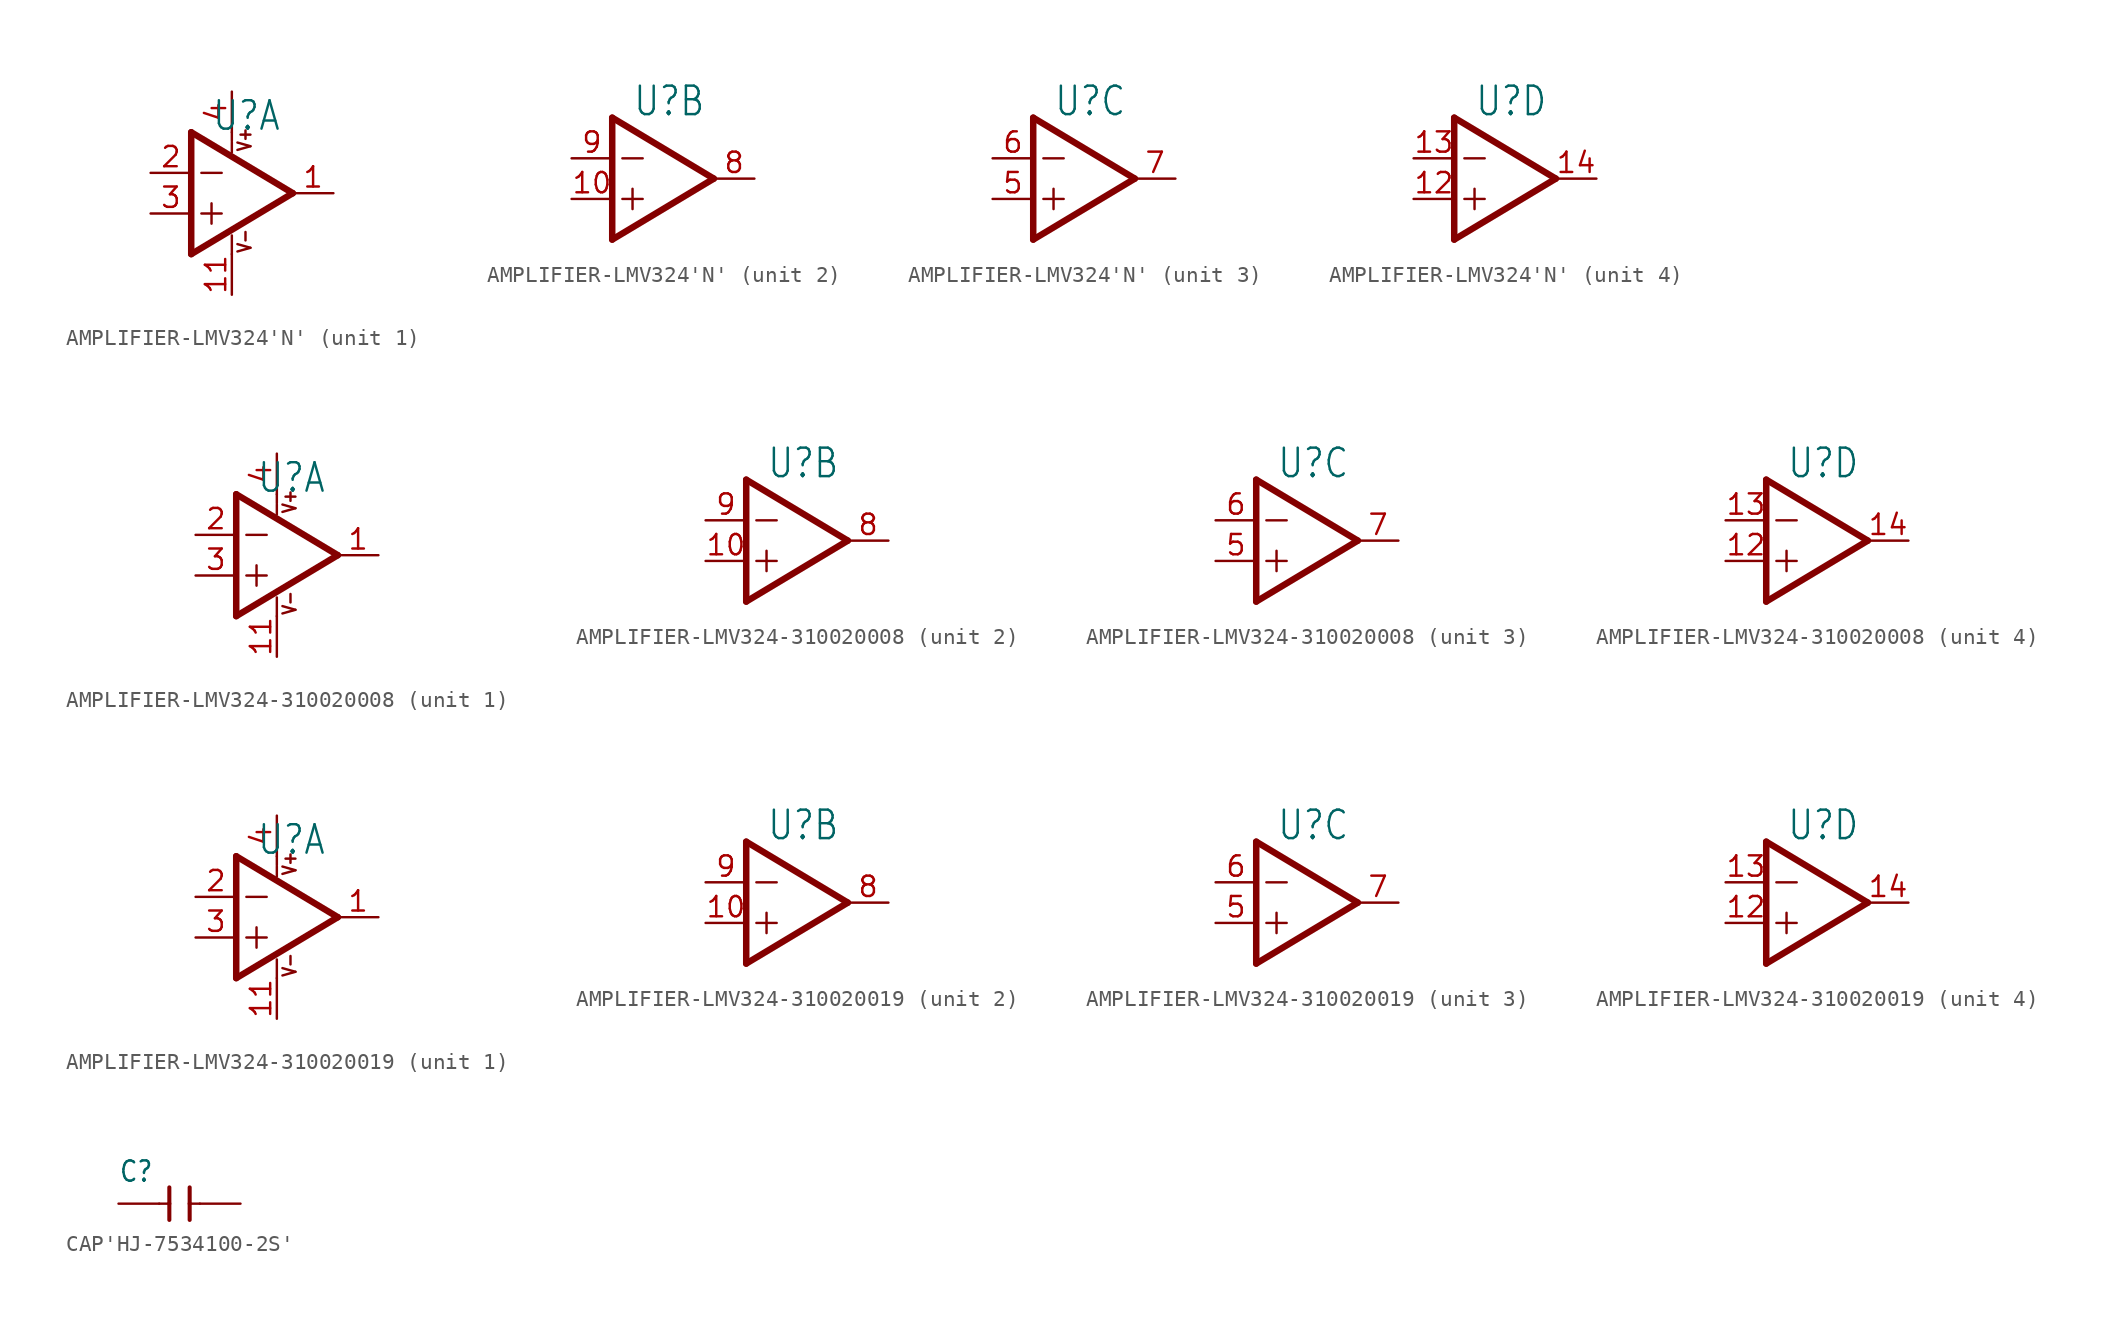
<source format=kicad_sym>
(kicad_symbol_lib
  (version 20220914)
  (generator kicad_symbol_editor)
  (symbol "AMPLIFIER-LMV324'N'"
    (property "Reference" "U"
      (at -1.27 3.81 0)
      (effects (font (size 1.778 1.511)) (justify left bottom)))
    (property "Value" ""
      (at -1.27 -3.81 0)
      (effects (font (size 1.778 1.511)) (justify left bottom)))
    (property "ki_locked" ""
      (at 0 0 0)
      (effects (font (size 1.27 1.27))))
    (symbol "AMPLIFIER-LMV324'N'_1_0"
      (polyline (pts (xy -2.54 -3.81) (xy 3.81 0)) (stroke (width 0.406) (type solid)) (fill (type none)))
      (polyline (pts (xy -2.54 3.81) (xy -2.54 -3.81)) (stroke (width 0.406) (type solid)) (fill (type none)))
      (polyline (pts (xy -1.905 -1.27) (xy -0.635 -1.27)) (stroke (width 0.152) (type solid)) (fill (type none)))
      (polyline (pts (xy -1.905 1.27) (xy -0.635 1.27)) (stroke (width 0.152) (type solid)) (fill (type none)))
      (polyline (pts (xy -1.27 -0.635) (xy -1.27 -1.905)) (stroke (width 0.152) (type solid)) (fill (type none)))
      (polyline (pts (xy 0 -2.642) (xy 0 -3.81)) (stroke (width 0.152) (type solid)) (fill (type none)))
      (polyline (pts (xy 0 3.175) (xy 0 2.54)) (stroke (width 0.152) (type solid)) (fill (type none)))
      (polyline (pts (xy 0 3.81) (xy 0 3.251)) (stroke (width 0.152) (type solid)) (fill (type none)))
      (polyline (pts (xy 3.81 0) (xy -2.54 3.81)) (stroke (width 0.406) (type solid)) (fill (type none)))
      (text "V+" (at 1.27 2.54 900) (effects (font (size 0.813 0.691)) (justify left bottom)))
      (text "V-" (at 1.27 -3.81 900) (effects (font (size 0.813 0.691)) (justify left bottom)))
      (pin output line (at 6.35 0 180) (length 2.54) (name "OUT" (effects (font (size 0 0)))) (number "1" (effects (font (size 1.27 1.27)))))
      (pin power_in line (at 0 -6.35 90) (length 2.54) (name "V-" (effects (font (size 0 0)))) (number "11" (effects (font (size 1.27 1.27)))))
      (pin input line (at -5.08 1.27 0) (length 2.54) (name "IN-" (effects (font (size 0 0)))) (number "2" (effects (font (size 1.27 1.27)))))
      (pin input line (at -5.08 -1.27 0) (length 2.54) (name "IN+" (effects (font (size 0 0)))) (number "3" (effects (font (size 1.27 1.27)))))
      (pin power_in line (at 0 6.35 270) (length 2.54) (name "V+" (effects (font (size 0 0)))) (number "4" (effects (font (size 1.27 1.27))))))
    (symbol "AMPLIFIER-LMV324'N'_2_0"
      (polyline (pts (xy -2.54 -3.81) (xy 3.81 0)) (stroke (width 0.406) (type solid)) (fill (type none)))
      (polyline (pts (xy -2.54 3.81) (xy -2.54 -3.81)) (stroke (width 0.406) (type solid)) (fill (type none)))
      (polyline (pts (xy -1.905 -1.27) (xy -0.635 -1.27)) (stroke (width 0.152) (type solid)) (fill (type none)))
      (polyline (pts (xy -1.905 1.27) (xy -0.635 1.27)) (stroke (width 0.152) (type solid)) (fill (type none)))
      (polyline (pts (xy -1.27 -0.635) (xy -1.27 -1.905)) (stroke (width 0.152) (type solid)) (fill (type none)))
      (polyline (pts (xy 3.81 0) (xy -2.54 3.81)) (stroke (width 0.406) (type solid)) (fill (type none)))
      (pin input line (at -5.08 -1.27 0) (length 2.54) (name "IN+" (effects (font (size 0 0)))) (number "10" (effects (font (size 1.27 1.27)))))
      (pin output line (at 6.35 0 180) (length 2.54) (name "OUT" (effects (font (size 0 0)))) (number "8" (effects (font (size 1.27 1.27)))))
      (pin input line (at -5.08 1.27 0) (length 2.54) (name "IN-" (effects (font (size 0 0)))) (number "9" (effects (font (size 1.27 1.27))))))
    (symbol "AMPLIFIER-LMV324'N'_3_0"
      (polyline (pts (xy -2.54 -3.81) (xy 3.81 0)) (stroke (width 0.406) (type solid)) (fill (type none)))
      (polyline (pts (xy -2.54 3.81) (xy -2.54 -3.81)) (stroke (width 0.406) (type solid)) (fill (type none)))
      (polyline (pts (xy -1.905 -1.27) (xy -0.635 -1.27)) (stroke (width 0.152) (type solid)) (fill (type none)))
      (polyline (pts (xy -1.905 1.27) (xy -0.635 1.27)) (stroke (width 0.152) (type solid)) (fill (type none)))
      (polyline (pts (xy -1.27 -0.635) (xy -1.27 -1.905)) (stroke (width 0.152) (type solid)) (fill (type none)))
      (polyline (pts (xy 3.81 0) (xy -2.54 3.81)) (stroke (width 0.406) (type solid)) (fill (type none)))
      (pin input line (at -5.08 -1.27 0) (length 2.54) (name "IN+" (effects (font (size 0 0)))) (number "5" (effects (font (size 1.27 1.27)))))
      (pin input line (at -5.08 1.27 0) (length 2.54) (name "IN-" (effects (font (size 0 0)))) (number "6" (effects (font (size 1.27 1.27)))))
      (pin output line (at 6.35 0 180) (length 2.54) (name "OUT" (effects (font (size 0 0)))) (number "7" (effects (font (size 1.27 1.27))))))
    (symbol "AMPLIFIER-LMV324'N'_4_0"
      (polyline (pts (xy -2.54 -3.81) (xy 3.81 0)) (stroke (width 0.406) (type solid)) (fill (type none)))
      (polyline (pts (xy -2.54 3.81) (xy -2.54 -3.81)) (stroke (width 0.406) (type solid)) (fill (type none)))
      (polyline (pts (xy -1.905 -1.27) (xy -0.635 -1.27)) (stroke (width 0.152) (type solid)) (fill (type none)))
      (polyline (pts (xy -1.905 1.27) (xy -0.635 1.27)) (stroke (width 0.152) (type solid)) (fill (type none)))
      (polyline (pts (xy -1.27 -0.635) (xy -1.27 -1.905)) (stroke (width 0.152) (type solid)) (fill (type none)))
      (polyline (pts (xy 3.81 0) (xy -2.54 3.81)) (stroke (width 0.406) (type solid)) (fill (type none)))
      (pin input line (at -5.08 -1.27 0) (length 2.54) (name "IN+" (effects (font (size 0 0)))) (number "12" (effects (font (size 1.27 1.27)))))
      (pin input line (at -5.08 1.27 0) (length 2.54) (name "IN-" (effects (font (size 0 0)))) (number "13" (effects (font (size 1.27 1.27)))))
      (pin output line (at 6.35 0 180) (length 2.54) (name "OUT" (effects (font (size 0 0)))) (number "14" (effects (font (size 1.27 1.27)))))))
  (symbol "AMPLIFIER-LMV324-310020008"
    (property "Reference" "U"
      (at -1.27 3.81 0)
      (effects (font (size 1.778 1.511)) (justify left bottom)))
    (property "Value" ""
      (at -1.27 -3.81 0)
      (effects (font (size 1.778 1.511)) (justify left bottom)))
    (property "ki_locked" ""
      (at 0 0 0)
      (effects (font (size 1.27 1.27))))
    (symbol "AMPLIFIER-LMV324-310020008_1_0"
      (polyline (pts (xy -2.54 -3.81) (xy 3.81 0)) (stroke (width 0.406) (type solid)) (fill (type none)))
      (polyline (pts (xy -2.54 3.81) (xy -2.54 -3.81)) (stroke (width 0.406) (type solid)) (fill (type none)))
      (polyline (pts (xy -1.905 -1.27) (xy -0.635 -1.27)) (stroke (width 0.152) (type solid)) (fill (type none)))
      (polyline (pts (xy -1.905 1.27) (xy -0.635 1.27)) (stroke (width 0.152) (type solid)) (fill (type none)))
      (polyline (pts (xy -1.27 -0.635) (xy -1.27 -1.905)) (stroke (width 0.152) (type solid)) (fill (type none)))
      (polyline (pts (xy 0 -2.642) (xy 0 -3.81)) (stroke (width 0.152) (type solid)) (fill (type none)))
      (polyline (pts (xy 0 3.175) (xy 0 2.54)) (stroke (width 0.152) (type solid)) (fill (type none)))
      (polyline (pts (xy 0 3.81) (xy 0 3.251)) (stroke (width 0.152) (type solid)) (fill (type none)))
      (polyline (pts (xy 3.81 0) (xy -2.54 3.81)) (stroke (width 0.406) (type solid)) (fill (type none)))
      (text "V+" (at 1.27 2.54 900) (effects (font (size 0.813 0.691)) (justify left bottom)))
      (text "V-" (at 1.27 -3.81 900) (effects (font (size 0.813 0.691)) (justify left bottom)))
      (pin output line (at 6.35 0 180) (length 2.54) (name "OUT" (effects (font (size 0 0)))) (number "1" (effects (font (size 1.27 1.27)))))
      (pin power_in line (at 0 -6.35 90) (length 2.54) (name "V-" (effects (font (size 0 0)))) (number "11" (effects (font (size 1.27 1.27)))))
      (pin input line (at -5.08 1.27 0) (length 2.54) (name "IN-" (effects (font (size 0 0)))) (number "2" (effects (font (size 1.27 1.27)))))
      (pin input line (at -5.08 -1.27 0) (length 2.54) (name "IN+" (effects (font (size 0 0)))) (number "3" (effects (font (size 1.27 1.27)))))
      (pin power_in line (at 0 6.35 270) (length 2.54) (name "V+" (effects (font (size 0 0)))) (number "4" (effects (font (size 1.27 1.27))))))
    (symbol "AMPLIFIER-LMV324-310020008_2_0"
      (polyline (pts (xy -2.54 -3.81) (xy 3.81 0)) (stroke (width 0.406) (type solid)) (fill (type none)))
      (polyline (pts (xy -2.54 3.81) (xy -2.54 -3.81)) (stroke (width 0.406) (type solid)) (fill (type none)))
      (polyline (pts (xy -1.905 -1.27) (xy -0.635 -1.27)) (stroke (width 0.152) (type solid)) (fill (type none)))
      (polyline (pts (xy -1.905 1.27) (xy -0.635 1.27)) (stroke (width 0.152) (type solid)) (fill (type none)))
      (polyline (pts (xy -1.27 -0.635) (xy -1.27 -1.905)) (stroke (width 0.152) (type solid)) (fill (type none)))
      (polyline (pts (xy 3.81 0) (xy -2.54 3.81)) (stroke (width 0.406) (type solid)) (fill (type none)))
      (pin input line (at -5.08 -1.27 0) (length 2.54) (name "IN+" (effects (font (size 0 0)))) (number "10" (effects (font (size 1.27 1.27)))))
      (pin output line (at 6.35 0 180) (length 2.54) (name "OUT" (effects (font (size 0 0)))) (number "8" (effects (font (size 1.27 1.27)))))
      (pin input line (at -5.08 1.27 0) (length 2.54) (name "IN-" (effects (font (size 0 0)))) (number "9" (effects (font (size 1.27 1.27))))))
    (symbol "AMPLIFIER-LMV324-310020008_3_0"
      (polyline (pts (xy -2.54 -3.81) (xy 3.81 0)) (stroke (width 0.406) (type solid)) (fill (type none)))
      (polyline (pts (xy -2.54 3.81) (xy -2.54 -3.81)) (stroke (width 0.406) (type solid)) (fill (type none)))
      (polyline (pts (xy -1.905 -1.27) (xy -0.635 -1.27)) (stroke (width 0.152) (type solid)) (fill (type none)))
      (polyline (pts (xy -1.905 1.27) (xy -0.635 1.27)) (stroke (width 0.152) (type solid)) (fill (type none)))
      (polyline (pts (xy -1.27 -0.635) (xy -1.27 -1.905)) (stroke (width 0.152) (type solid)) (fill (type none)))
      (polyline (pts (xy 3.81 0) (xy -2.54 3.81)) (stroke (width 0.406) (type solid)) (fill (type none)))
      (pin input line (at -5.08 -1.27 0) (length 2.54) (name "IN+" (effects (font (size 0 0)))) (number "5" (effects (font (size 1.27 1.27)))))
      (pin input line (at -5.08 1.27 0) (length 2.54) (name "IN-" (effects (font (size 0 0)))) (number "6" (effects (font (size 1.27 1.27)))))
      (pin output line (at 6.35 0 180) (length 2.54) (name "OUT" (effects (font (size 0 0)))) (number "7" (effects (font (size 1.27 1.27))))))
    (symbol "AMPLIFIER-LMV324-310020008_4_0"
      (polyline (pts (xy -2.54 -3.81) (xy 3.81 0)) (stroke (width 0.406) (type solid)) (fill (type none)))
      (polyline (pts (xy -2.54 3.81) (xy -2.54 -3.81)) (stroke (width 0.406) (type solid)) (fill (type none)))
      (polyline (pts (xy -1.905 -1.27) (xy -0.635 -1.27)) (stroke (width 0.152) (type solid)) (fill (type none)))
      (polyline (pts (xy -1.905 1.27) (xy -0.635 1.27)) (stroke (width 0.152) (type solid)) (fill (type none)))
      (polyline (pts (xy -1.27 -0.635) (xy -1.27 -1.905)) (stroke (width 0.152) (type solid)) (fill (type none)))
      (polyline (pts (xy 3.81 0) (xy -2.54 3.81)) (stroke (width 0.406) (type solid)) (fill (type none)))
      (pin input line (at -5.08 -1.27 0) (length 2.54) (name "IN+" (effects (font (size 0 0)))) (number "12" (effects (font (size 1.27 1.27)))))
      (pin input line (at -5.08 1.27 0) (length 2.54) (name "IN-" (effects (font (size 0 0)))) (number "13" (effects (font (size 1.27 1.27)))))
      (pin output line (at 6.35 0 180) (length 2.54) (name "OUT" (effects (font (size 0 0)))) (number "14" (effects (font (size 1.27 1.27)))))))
  (symbol "AMPLIFIER-LMV324-310020019"
    (property "Reference" "U"
      (at -1.27 3.81 0)
      (effects (font (size 1.778 1.511)) (justify left bottom)))
    (property "Value" ""
      (at -1.27 -3.81 0)
      (effects (font (size 1.778 1.511)) (justify left bottom)))
    (property "ki_locked" ""
      (at 0 0 0)
      (effects (font (size 1.27 1.27))))
    (symbol "AMPLIFIER-LMV324-310020019_1_0"
      (polyline (pts (xy -2.54 -3.81) (xy 3.81 0)) (stroke (width 0.406) (type solid)) (fill (type none)))
      (polyline (pts (xy -2.54 3.81) (xy -2.54 -3.81)) (stroke (width 0.406) (type solid)) (fill (type none)))
      (polyline (pts (xy -1.905 -1.27) (xy -0.635 -1.27)) (stroke (width 0.152) (type solid)) (fill (type none)))
      (polyline (pts (xy -1.905 1.27) (xy -0.635 1.27)) (stroke (width 0.152) (type solid)) (fill (type none)))
      (polyline (pts (xy -1.27 -0.635) (xy -1.27 -1.905)) (stroke (width 0.152) (type solid)) (fill (type none)))
      (polyline (pts (xy 0 -2.642) (xy 0 -3.81)) (stroke (width 0.152) (type solid)) (fill (type none)))
      (polyline (pts (xy 0 3.175) (xy 0 2.54)) (stroke (width 0.152) (type solid)) (fill (type none)))
      (polyline (pts (xy 0 3.81) (xy 0 3.251)) (stroke (width 0.152) (type solid)) (fill (type none)))
      (polyline (pts (xy 3.81 0) (xy -2.54 3.81)) (stroke (width 0.406) (type solid)) (fill (type none)))
      (text "V+" (at 1.27 2.54 900) (effects (font (size 0.813 0.691)) (justify left bottom)))
      (text "V-" (at 1.27 -3.81 900) (effects (font (size 0.813 0.691)) (justify left bottom)))
      (pin output line (at 6.35 0 180) (length 2.54) (name "OUT" (effects (font (size 0 0)))) (number "1" (effects (font (size 1.27 1.27)))))
      (pin power_in line (at 0 -6.35 90) (length 2.54) (name "V-" (effects (font (size 0 0)))) (number "11" (effects (font (size 1.27 1.27)))))
      (pin input line (at -5.08 1.27 0) (length 2.54) (name "IN-" (effects (font (size 0 0)))) (number "2" (effects (font (size 1.27 1.27)))))
      (pin input line (at -5.08 -1.27 0) (length 2.54) (name "IN+" (effects (font (size 0 0)))) (number "3" (effects (font (size 1.27 1.27)))))
      (pin power_in line (at 0 6.35 270) (length 2.54) (name "V+" (effects (font (size 0 0)))) (number "4" (effects (font (size 1.27 1.27))))))
    (symbol "AMPLIFIER-LMV324-310020019_2_0"
      (polyline (pts (xy -2.54 -3.81) (xy 3.81 0)) (stroke (width 0.406) (type solid)) (fill (type none)))
      (polyline (pts (xy -2.54 3.81) (xy -2.54 -3.81)) (stroke (width 0.406) (type solid)) (fill (type none)))
      (polyline (pts (xy -1.905 -1.27) (xy -0.635 -1.27)) (stroke (width 0.152) (type solid)) (fill (type none)))
      (polyline (pts (xy -1.905 1.27) (xy -0.635 1.27)) (stroke (width 0.152) (type solid)) (fill (type none)))
      (polyline (pts (xy -1.27 -0.635) (xy -1.27 -1.905)) (stroke (width 0.152) (type solid)) (fill (type none)))
      (polyline (pts (xy 3.81 0) (xy -2.54 3.81)) (stroke (width 0.406) (type solid)) (fill (type none)))
      (pin input line (at -5.08 -1.27 0) (length 2.54) (name "IN+" (effects (font (size 0 0)))) (number "10" (effects (font (size 1.27 1.27)))))
      (pin output line (at 6.35 0 180) (length 2.54) (name "OUT" (effects (font (size 0 0)))) (number "8" (effects (font (size 1.27 1.27)))))
      (pin input line (at -5.08 1.27 0) (length 2.54) (name "IN-" (effects (font (size 0 0)))) (number "9" (effects (font (size 1.27 1.27))))))
    (symbol "AMPLIFIER-LMV324-310020019_3_0"
      (polyline (pts (xy -2.54 -3.81) (xy 3.81 0)) (stroke (width 0.406) (type solid)) (fill (type none)))
      (polyline (pts (xy -2.54 3.81) (xy -2.54 -3.81)) (stroke (width 0.406) (type solid)) (fill (type none)))
      (polyline (pts (xy -1.905 -1.27) (xy -0.635 -1.27)) (stroke (width 0.152) (type solid)) (fill (type none)))
      (polyline (pts (xy -1.905 1.27) (xy -0.635 1.27)) (stroke (width 0.152) (type solid)) (fill (type none)))
      (polyline (pts (xy -1.27 -0.635) (xy -1.27 -1.905)) (stroke (width 0.152) (type solid)) (fill (type none)))
      (polyline (pts (xy 3.81 0) (xy -2.54 3.81)) (stroke (width 0.406) (type solid)) (fill (type none)))
      (pin input line (at -5.08 -1.27 0) (length 2.54) (name "IN+" (effects (font (size 0 0)))) (number "5" (effects (font (size 1.27 1.27)))))
      (pin input line (at -5.08 1.27 0) (length 2.54) (name "IN-" (effects (font (size 0 0)))) (number "6" (effects (font (size 1.27 1.27)))))
      (pin output line (at 6.35 0 180) (length 2.54) (name "OUT" (effects (font (size 0 0)))) (number "7" (effects (font (size 1.27 1.27))))))
    (symbol "AMPLIFIER-LMV324-310020019_4_0"
      (polyline (pts (xy -2.54 -3.81) (xy 3.81 0)) (stroke (width 0.406) (type solid)) (fill (type none)))
      (polyline (pts (xy -2.54 3.81) (xy -2.54 -3.81)) (stroke (width 0.406) (type solid)) (fill (type none)))
      (polyline (pts (xy -1.905 -1.27) (xy -0.635 -1.27)) (stroke (width 0.152) (type solid)) (fill (type none)))
      (polyline (pts (xy -1.905 1.27) (xy -0.635 1.27)) (stroke (width 0.152) (type solid)) (fill (type none)))
      (polyline (pts (xy -1.27 -0.635) (xy -1.27 -1.905)) (stroke (width 0.152) (type solid)) (fill (type none)))
      (polyline (pts (xy 3.81 0) (xy -2.54 3.81)) (stroke (width 0.406) (type solid)) (fill (type none)))
      (pin input line (at -5.08 -1.27 0) (length 2.54) (name "IN+" (effects (font (size 0 0)))) (number "12" (effects (font (size 1.27 1.27)))))
      (pin input line (at -5.08 1.27 0) (length 2.54) (name "IN-" (effects (font (size 0 0)))) (number "13" (effects (font (size 1.27 1.27)))))
      (pin output line (at 6.35 0 180) (length 2.54) (name "OUT" (effects (font (size 0 0)))) (number "14" (effects (font (size 1.27 1.27)))))))
  (symbol "CAP'HJ-7534100-2S'"
    (property "Reference" "C"
      (at -3.81 1.27 0)
      (effects (font (size 1.27 1.079)) (justify left bottom)))
    (property "Value" ""
      (at 1.27 1.27 0)
      (effects (font (size 1.27 1.079)) (justify left bottom)))
    (property "ki_locked" ""
      (at 0 0 0)
      (effects (font (size 1.27 1.27))))
    (symbol "CAP'HJ-7534100-2S'_1_0"
      (polyline (pts (xy -1.27 0) (xy -0.635 0)) (stroke (width 0.152) (type solid)) (fill (type none)))
      (polyline (pts (xy -0.635 -1.016) (xy -0.635 0)) (stroke (width 0.254) (type solid)) (fill (type none)))
      (polyline (pts (xy -0.635 0) (xy -0.635 1.016)) (stroke (width 0.254) (type solid)) (fill (type none)))
      (polyline (pts (xy 0.635 0) (xy 0.635 -1.016)) (stroke (width 0.254) (type solid)) (fill (type none)))
      (polyline (pts (xy 0.635 0) (xy 1.27 0)) (stroke (width 0.152) (type solid)) (fill (type none)))
      (polyline (pts (xy 0.635 1.016) (xy 0.635 0)) (stroke (width 0.254) (type solid)) (fill (type none)))
      (pin passive line (at -3.81 0 0) (length 2.54) (name "1" (effects (font (size 0 0)))) (number "1" (effects (font (size 0 0)))))
      (pin passive line (at 3.81 0 180) (length 2.54) (name "2" (effects (font (size 0 0)))) (number "2" (effects (font (size 0 0))))))))
</source>
